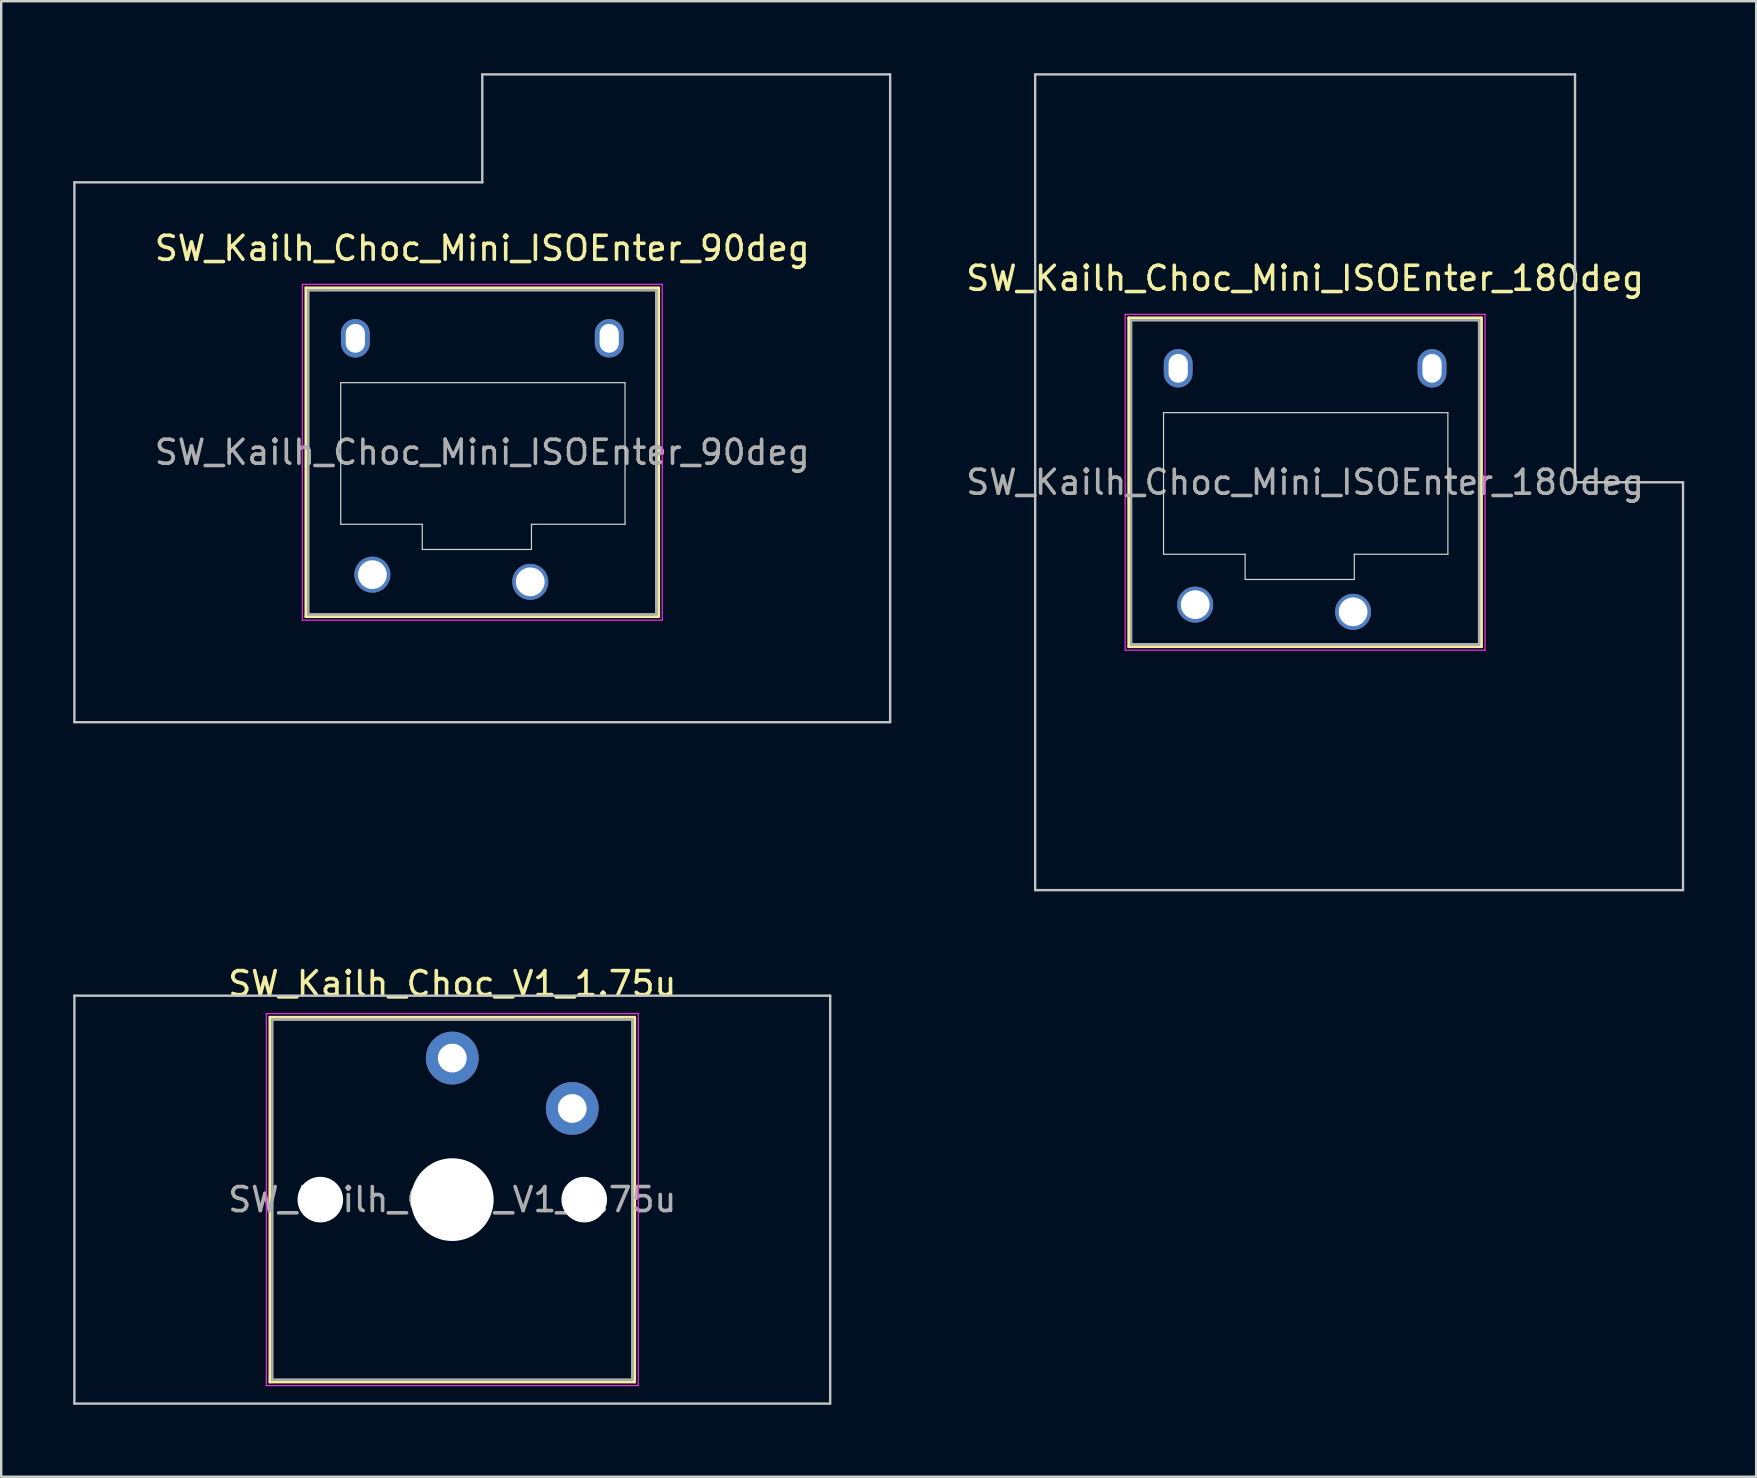
<source format=kicad_pcb>
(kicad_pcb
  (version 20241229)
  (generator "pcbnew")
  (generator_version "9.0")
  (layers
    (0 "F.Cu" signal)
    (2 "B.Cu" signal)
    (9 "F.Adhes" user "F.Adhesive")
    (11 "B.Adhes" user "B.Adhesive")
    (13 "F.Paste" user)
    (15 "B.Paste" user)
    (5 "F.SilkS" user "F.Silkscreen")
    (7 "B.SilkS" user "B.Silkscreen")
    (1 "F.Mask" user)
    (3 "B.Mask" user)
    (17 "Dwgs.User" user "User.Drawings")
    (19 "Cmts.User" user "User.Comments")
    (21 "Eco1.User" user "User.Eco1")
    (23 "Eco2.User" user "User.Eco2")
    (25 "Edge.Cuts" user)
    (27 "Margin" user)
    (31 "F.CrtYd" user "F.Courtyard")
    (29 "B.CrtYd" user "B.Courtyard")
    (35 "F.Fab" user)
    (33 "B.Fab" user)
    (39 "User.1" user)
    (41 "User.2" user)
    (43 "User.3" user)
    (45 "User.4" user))
  (footprint "SW_Kailh_Choc_V1_1.75u"
    (layer "F.Cu")
    (at 15.8 46.948)
    (property "Reference" "SW_Kailh_Choc_V1_1.75u" (at 0 -9 0) (layer "F.SilkS") (effects (font (size 1 1) (thickness 0.15))))
    (attr through_hole)
    (fp_line (start -7.6 -7.6) (end -7.6 7.6) (stroke (width 0.12) (type solid)) (layer "F.SilkS"))
    (fp_line (start -7.6 7.6) (end 7.6 7.6) (stroke (width 0.12) (type solid)) (layer "F.SilkS"))
    (fp_line (start 7.6 -7.6) (end -7.6 -7.6) (stroke (width 0.12) (type solid)) (layer "F.SilkS"))
    (fp_line (start 7.6 7.6) (end 7.6 -7.6) (stroke (width 0.12) (type solid)) (layer "F.SilkS"))
    (fp_line (start -15.75 -8.5) (end -15.75 8.5) (stroke (width 0.1) (type solid)) (layer "Dwgs.User"))
    (fp_line (start -15.75 8.5) (end 15.75 8.5) (stroke (width 0.1) (type solid)) (layer "Dwgs.User"))
    (fp_line (start 15.75 -8.5) (end -15.75 -8.5) (stroke (width 0.1) (type solid)) (layer "Dwgs.User"))
    (fp_line (start 15.75 8.5) (end 15.75 -8.5) (stroke (width 0.1) (type solid)) (layer "Dwgs.User"))
    (fp_line (start -7.25 -7.25) (end -7.25 7.25) (stroke (width 0.1) (type solid)) (layer "Eco1.User"))
    (fp_line (start -7.25 7.25) (end 7.25 7.25) (stroke (width 0.1) (type solid)) (layer "Eco1.User"))
    (fp_line (start 7.25 -7.25) (end -7.25 -7.25) (stroke (width 0.1) (type solid)) (layer "Eco1.User"))
    (fp_line (start 7.25 7.25) (end 7.25 -7.25) (stroke (width 0.1) (type solid)) (layer "Eco1.User"))
    (fp_line (start -7.75 -7.75) (end -7.75 7.75) (stroke (width 0.05) (type solid)) (layer "F.CrtYd"))
    (fp_line (start -7.75 7.75) (end 7.75 7.75) (stroke (width 0.05) (type solid)) (layer "F.CrtYd"))
    (fp_line (start 7.75 -7.75) (end -7.75 -7.75) (stroke (width 0.05) (type solid)) (layer "F.CrtYd"))
    (fp_line (start 7.75 7.75) (end 7.75 -7.75) (stroke (width 0.05) (type solid)) (layer "F.CrtYd"))
    (fp_line (start -7.5 -7.5) (end -7.5 7.5) (stroke (width 0.1) (type solid)) (layer "F.Fab"))
    (fp_line (start -7.5 7.5) (end 7.5 7.5) (stroke (width 0.1) (type solid)) (layer "F.Fab"))
    (fp_line (start 7.5 -7.5) (end -7.5 -7.5) (stroke (width 0.1) (type solid)) (layer "F.Fab"))
    (fp_line (start 7.5 7.5) (end 7.5 -7.5) (stroke (width 0.1) (type solid)) (layer "F.Fab"))
    (fp_text user "${REFERENCE}" (at 0 0 0) (layer "F.Fab") (effects (font (size 1 1) (thickness 0.15))))
    (pad "" np_thru_hole circle (at -5.5 0) (size 1.9 1.9) (drill 1.9) (layers "*.Cu" "*.Mask"))
    (pad "" smd circle (at 0 -5.9) (size 1.25 1.25) (layers "F.Mask"))
    (pad "" np_thru_hole circle (at 0 0) (size 3.45 3.45) (drill 3.45) (layers "*.Cu" "*.Mask"))
    (pad "" smd circle (at 5 -3.8) (size 1.25 1.25) (layers "F.Mask"))
    (pad "" np_thru_hole circle (at 5.5 0) (size 1.9 1.9) (drill 1.9) (layers "*.Cu" "*.Mask"))
    (pad "1" thru_hole circle (at 0 -5.9) (size 2.2 2.2) (drill 1.2) (layers "*.Cu" "B.Mask"))
    (pad "2" thru_hole circle (at 5 -3.8) (size 2.2 2.2) (drill 1.2) (layers "*.Cu" "B.Mask")))
  (footprint "SW_Kailh_Choc_Mini_ISOEnter_180deg"
    (layer "F.Cu")
    (at 51.344 17.05)
    (property "Reference" "SW_Kailh_Choc_Mini_ISOEnter_180deg" (at 0 -8.5 0) (layer "F.SilkS") (effects (font (size 1 1) (thickness 0.15))))
    (attr through_hole)
    (fp_line (start -7.35 -6.85) (end -7.35 6.85) (stroke (width 0.12) (type solid)) (layer "F.SilkS"))
    (fp_line (start -7.35 6.85) (end 7.35 6.85) (stroke (width 0.12) (type solid)) (layer "F.SilkS"))
    (fp_line (start 7.35 -6.85) (end -7.35 -6.85) (stroke (width 0.12) (type solid)) (layer "F.SilkS"))
    (fp_line (start 7.35 6.85) (end 7.35 -6.85) (stroke (width 0.12) (type solid)) (layer "F.SilkS"))
    (fp_line (start -11.25 -17) (end -11.25 17) (stroke (width 0.1) (type solid)) (layer "Dwgs.User"))
    (fp_line (start -11.25 17) (end 15.75 17) (stroke (width 0.1) (type solid)) (layer "Dwgs.User"))
    (fp_line (start 11.25 -17) (end -11.25 -17) (stroke (width 0.1) (type solid)) (layer "Dwgs.User"))
    (fp_line (start 11.25 0) (end 11.25 -17) (stroke (width 0.1) (type solid)) (layer "Dwgs.User"))
    (fp_line (start 15.75 0) (end 11.25 0) (stroke (width 0.1) (type solid)) (layer "Dwgs.User"))
    (fp_line (start 15.75 17) (end 15.75 0) (stroke (width 0.1) (type solid)) (layer "Dwgs.User"))
    (fp_line (start -6.85 -6.35) (end -6.85 6.35) (stroke (width 0.1) (type solid)) (layer "Eco1.User"))
    (fp_line (start -6.85 6.35) (end 6.85 6.35) (stroke (width 0.1) (type solid)) (layer "Eco1.User"))
    (fp_line (start 6.85 -6.35) (end -6.85 -6.35) (stroke (width 0.1) (type solid)) (layer "Eco1.User"))
    (fp_line (start 6.85 6.35) (end 6.85 -6.35) (stroke (width 0.1) (type solid)) (layer "Eco1.User"))
    (fp_line (start -5.9 -2.9) (end -5.9 3) (stroke (width 0.05) (type solid)) (layer "Edge.Cuts"))
    (fp_line (start -5.9 3) (end -2.5 3) (stroke (width 0.05) (type solid)) (layer "Edge.Cuts"))
    (fp_line (start -2.5 3) (end -2.5 4.05) (stroke (width 0.05) (type solid)) (layer "Edge.Cuts"))
    (fp_line (start -2.5 4.05) (end 2.05 4.05) (stroke (width 0.05) (type solid)) (layer "Edge.Cuts"))
    (fp_line (start 2.05 3) (end 5.95 3) (stroke (width 0.05) (type solid)) (layer "Edge.Cuts"))
    (fp_line (start 2.05 4.05) (end 2.05 3) (stroke (width 0.05) (type solid)) (layer "Edge.Cuts"))
    (fp_line (start 5.95 -2.9) (end -5.9 -2.9) (stroke (width 0.05) (type solid)) (layer "Edge.Cuts"))
    (fp_line (start 5.95 3) (end 5.95 -2.9) (stroke (width 0.05) (type solid)) (layer "Edge.Cuts"))
    (fp_line (start -7.5 -7) (end -7.5 7) (stroke (width 0.05) (type solid)) (layer "F.CrtYd"))
    (fp_line (start -7.5 7) (end 7.5 7) (stroke (width 0.05) (type solid)) (layer "F.CrtYd"))
    (fp_line (start 7.5 -7) (end -7.5 -7) (stroke (width 0.05) (type solid)) (layer "F.CrtYd"))
    (fp_line (start 7.5 7) (end 7.5 -7) (stroke (width 0.05) (type solid)) (layer "F.CrtYd"))
    (fp_line (start -7.25 -6.75) (end -7.25 6.75) (stroke (width 0.1) (type solid)) (layer "F.Fab"))
    (fp_line (start -7.25 6.75) (end 7.25 6.75) (stroke (width 0.1) (type solid)) (layer "F.Fab"))
    (fp_line (start 7.25 -6.75) (end -7.25 -6.75) (stroke (width 0.1) (type solid)) (layer "F.Fab"))
    (fp_line (start 7.25 6.75) (end 7.25 -6.75) (stroke (width 0.1) (type solid)) (layer "F.Fab"))
    (fp_text user "${REFERENCE}" (at 0 0 0) (layer "F.Fab") (effects (font (size 1 1) (thickness 0.15))))
    (pad "" np_thru_hole oval (at -5.29 -4.75) (size 1.2 1.6) (drill oval 0.8 1.2) (layers "*.Cu" "*.Mask"))
    (pad "" smd circle (at -4.58 5.1) (size 1.25 1.25) (layers "F.Mask"))
    (pad "" smd circle (at 2 5.4) (size 1.25 1.25) (layers "F.Mask"))
    (pad "" np_thru_hole oval (at 5.29 -4.75) (size 1.2 1.6) (drill oval 0.8 1.2) (layers "*.Cu" "*.Mask"))
    (pad "1" thru_hole circle (at 2 5.4) (size 1.5 1.5) (drill 1.2) (layers "*.Cu" "B.Mask"))
    (pad "2" thru_hole circle (at -4.58 5.1) (size 1.5 1.5) (drill 1.2) (layers "*.Cu" "B.Mask")))
  (footprint "SW_Kailh_Choc_Mini_ISOEnter_90deg"
    (layer "F.Cu")
    (at 17.05 15.8)
    (property "Reference" "SW_Kailh_Choc_Mini_ISOEnter_90deg" (at 0 -8.5 0) (layer "F.SilkS") (effects (font (size 1 1) (thickness 0.15))))
    (attr through_hole)
    (fp_line (start -7.35 -6.85) (end -7.35 6.85) (stroke (width 0.12) (type solid)) (layer "F.SilkS"))
    (fp_line (start -7.35 6.85) (end 7.35 6.85) (stroke (width 0.12) (type solid)) (layer "F.SilkS"))
    (fp_line (start 7.35 -6.85) (end -7.35 -6.85) (stroke (width 0.12) (type solid)) (layer "F.SilkS"))
    (fp_line (start 7.35 6.85) (end 7.35 -6.85) (stroke (width 0.12) (type solid)) (layer "F.SilkS"))
    (fp_line (start -17 -11.25) (end -17 11.25) (stroke (width 0.1) (type solid)) (layer "Dwgs.User"))
    (fp_line (start -17 11.25) (end 17 11.25) (stroke (width 0.1) (type solid)) (layer "Dwgs.User"))
    (fp_line (start 0 -15.75) (end 0 -11.25) (stroke (width 0.1) (type solid)) (layer "Dwgs.User"))
    (fp_line (start 0 -11.25) (end -17 -11.25) (stroke (width 0.1) (type solid)) (layer "Dwgs.User"))
    (fp_line (start 17 -15.75) (end 0 -15.75) (stroke (width 0.1) (type solid)) (layer "Dwgs.User"))
    (fp_line (start 17 11.25) (end 17 -15.75) (stroke (width 0.1) (type solid)) (layer "Dwgs.User"))
    (fp_line (start -6.85 -6.35) (end -6.85 6.35) (stroke (width 0.1) (type solid)) (layer "Eco1.User"))
    (fp_line (start -6.85 6.35) (end 6.85 6.35) (stroke (width 0.1) (type solid)) (layer "Eco1.User"))
    (fp_line (start 6.85 -6.35) (end -6.85 -6.35) (stroke (width 0.1) (type solid)) (layer "Eco1.User"))
    (fp_line (start 6.85 6.35) (end 6.85 -6.35) (stroke (width 0.1) (type solid)) (layer "Eco1.User"))
    (fp_line (start -5.9 -2.9) (end -5.9 3) (stroke (width 0.05) (type solid)) (layer "Edge.Cuts"))
    (fp_line (start -5.9 3) (end -2.5 3) (stroke (width 0.05) (type solid)) (layer "Edge.Cuts"))
    (fp_line (start -2.5 3) (end -2.5 4.05) (stroke (width 0.05) (type solid)) (layer "Edge.Cuts"))
    (fp_line (start -2.5 4.05) (end 2.05 4.05) (stroke (width 0.05) (type solid)) (layer "Edge.Cuts"))
    (fp_line (start 2.05 3) (end 5.95 3) (stroke (width 0.05) (type solid)) (layer "Edge.Cuts"))
    (fp_line (start 2.05 4.05) (end 2.05 3) (stroke (width 0.05) (type solid)) (layer "Edge.Cuts"))
    (fp_line (start 5.95 -2.9) (end -5.9 -2.9) (stroke (width 0.05) (type solid)) (layer "Edge.Cuts"))
    (fp_line (start 5.95 3) (end 5.95 -2.9) (stroke (width 0.05) (type solid)) (layer "Edge.Cuts"))
    (fp_line (start -7.5 -7) (end -7.5 7) (stroke (width 0.05) (type solid)) (layer "F.CrtYd"))
    (fp_line (start -7.5 7) (end 7.5 7) (stroke (width 0.05) (type solid)) (layer "F.CrtYd"))
    (fp_line (start 7.5 -7) (end -7.5 -7) (stroke (width 0.05) (type solid)) (layer "F.CrtYd"))
    (fp_line (start 7.5 7) (end 7.5 -7) (stroke (width 0.05) (type solid)) (layer "F.CrtYd"))
    (fp_line (start -7.25 -6.75) (end -7.25 6.75) (stroke (width 0.1) (type solid)) (layer "F.Fab"))
    (fp_line (start -7.25 6.75) (end 7.25 6.75) (stroke (width 0.1) (type solid)) (layer "F.Fab"))
    (fp_line (start 7.25 -6.75) (end -7.25 -6.75) (stroke (width 0.1) (type solid)) (layer "F.Fab"))
    (fp_line (start 7.25 6.75) (end 7.25 -6.75) (stroke (width 0.1) (type solid)) (layer "F.Fab"))
    (fp_text user "${REFERENCE}" (at 0 0 0) (layer "F.Fab") (effects (font (size 1 1) (thickness 0.15))))
    (pad "" np_thru_hole oval (at -5.29 -4.75) (size 1.2 1.6) (drill oval 0.8 1.2) (layers "*.Cu" "*.Mask"))
    (pad "" smd circle (at -4.58 5.1) (size 1.25 1.25) (layers "F.Mask"))
    (pad "" smd circle (at 2 5.4) (size 1.25 1.25) (layers "F.Mask"))
    (pad "" np_thru_hole oval (at 5.29 -4.75) (size 1.2 1.6) (drill oval 0.8 1.2) (layers "*.Cu" "*.Mask"))
    (pad "1" thru_hole circle (at 2 5.4) (size 1.5 1.5) (drill 1.2) (layers "*.Cu" "B.Mask"))
    (pad "2" thru_hole circle (at -4.58 5.1) (size 1.5 1.5) (drill 1.2) (layers "*.Cu" "B.Mask")))
  (gr_rect
    (start -3 -3)
    (end 70.144 58.498)
    (stroke (width 0.1) (type default))
    (fill no)
    (layer "Edge.Cuts")))
</source>
